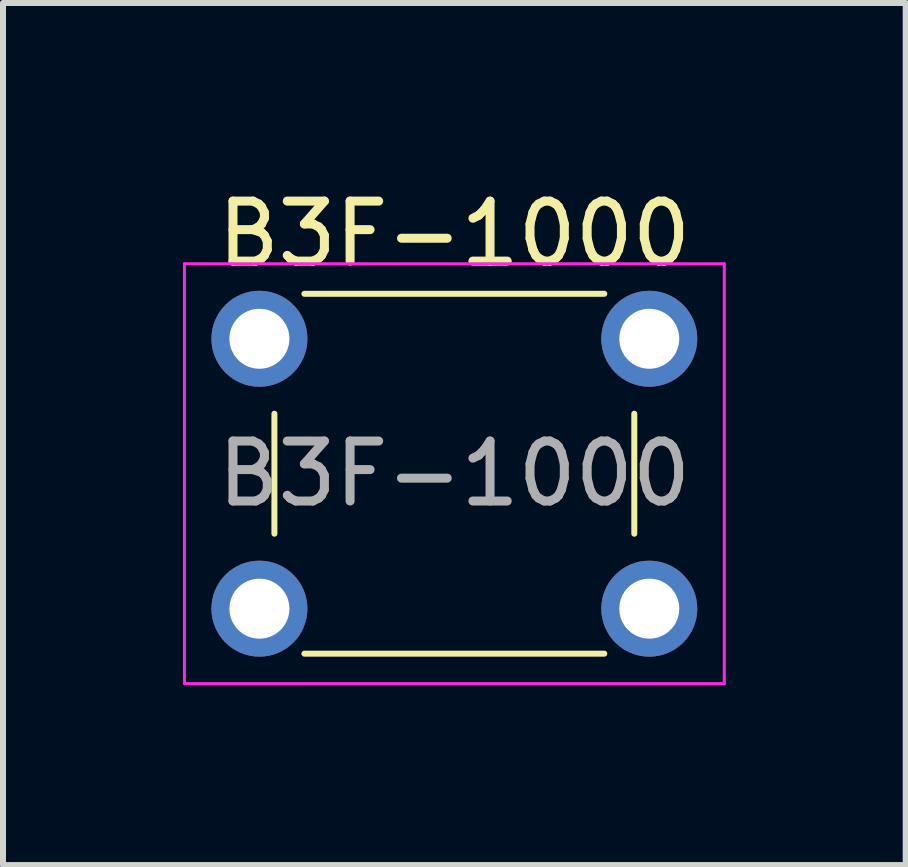
<source format=kicad_pcb>
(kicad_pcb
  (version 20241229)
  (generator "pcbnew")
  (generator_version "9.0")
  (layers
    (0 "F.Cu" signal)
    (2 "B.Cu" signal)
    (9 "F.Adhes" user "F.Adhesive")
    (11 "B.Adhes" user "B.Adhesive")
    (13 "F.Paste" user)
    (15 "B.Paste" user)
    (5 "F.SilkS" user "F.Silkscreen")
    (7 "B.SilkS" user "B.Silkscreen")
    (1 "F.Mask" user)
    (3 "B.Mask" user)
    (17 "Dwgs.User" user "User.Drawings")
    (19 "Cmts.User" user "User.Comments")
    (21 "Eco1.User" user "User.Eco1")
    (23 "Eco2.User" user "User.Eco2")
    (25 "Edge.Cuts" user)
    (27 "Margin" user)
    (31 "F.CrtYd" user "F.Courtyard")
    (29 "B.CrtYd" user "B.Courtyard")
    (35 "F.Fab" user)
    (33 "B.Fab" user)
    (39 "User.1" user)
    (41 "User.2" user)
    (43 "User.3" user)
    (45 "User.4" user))
  (footprint "B3F-1000"
    (layer "F.Cu")
    (at 4.525 4.848)
    (property "Reference" "B3F-1000" (at 0 -4 0) (layer "F.SilkS") (effects (font (size 1 1) (thickness 0.15))))
    (attr through_hole)
    (fp_line (start -3 1) (end -3 -1) (stroke (width 0.1) (type solid)) (layer "F.SilkS"))
    (fp_line (start -2.5 -3) (end 2.5 -3) (stroke (width 0.1) (type solid)) (layer "F.SilkS"))
    (fp_line (start 2.5 3) (end -2.5 3) (stroke (width 0.1) (type solid)) (layer "F.SilkS"))
    (fp_line (start 3 -1) (end 3 1) (stroke (width 0.1) (type solid)) (layer "F.SilkS"))
    (fp_line (start -4.5 -3.5) (end 4.5 -3.5) (stroke (width 0.05) (type default)) (layer "F.CrtYd"))
    (fp_line (start -4.5 3.5) (end -4.5 -3.5) (stroke (width 0.05) (type default)) (layer "F.CrtYd"))
    (fp_line (start 4.5 -3.5) (end 4.5 3.5) (stroke (width 0.05) (type default)) (layer "F.CrtYd"))
    (fp_line (start 4.5 3.5) (end -4.5 3.5) (stroke (width 0.05) (type default)) (layer "F.CrtYd"))
    (fp_text user "${REFERENCE}" (at 0 0 0) (layer "F.Fab") (effects (font (size 1 1) (thickness 0.15))))
    (pad "1" thru_hole circle (at -3.25 -2.25) (size 1.6 1.6) (drill 1) (layers "*.Cu" "*.Mask"))
    (pad "2" thru_hole circle (at 3.25 -2.25) (size 1.6 1.6) (drill 1) (layers "*.Cu" "*.Mask"))
    (pad "3" thru_hole circle (at -3.25 2.25) (size 1.6 1.6) (drill 1) (layers "*.Cu" "*.Mask"))
    (pad "4" thru_hole circle (at 3.25 2.25) (size 1.6 1.6) (drill 1) (layers "*.Cu" "*.Mask")))
  (gr_rect
    (start -3 -3)
    (end 12.05 11.373)
    (stroke (width 0.1) (type default))
    (fill no)
    (layer "Edge.Cuts")))
</source>
